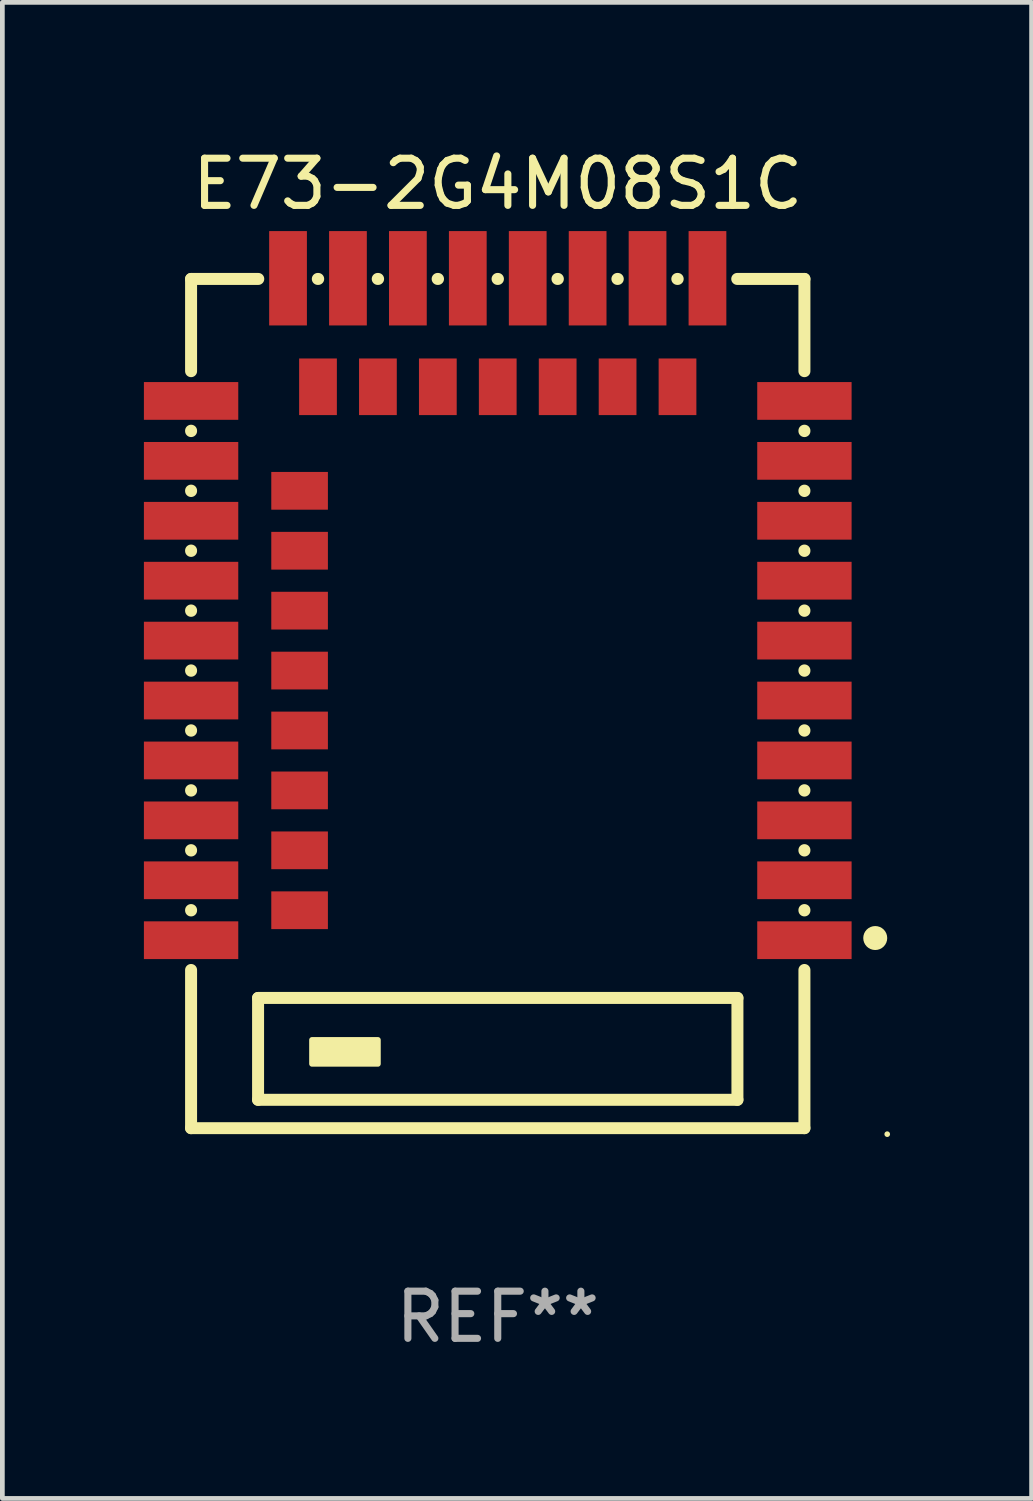
<source format=kicad_pcb>
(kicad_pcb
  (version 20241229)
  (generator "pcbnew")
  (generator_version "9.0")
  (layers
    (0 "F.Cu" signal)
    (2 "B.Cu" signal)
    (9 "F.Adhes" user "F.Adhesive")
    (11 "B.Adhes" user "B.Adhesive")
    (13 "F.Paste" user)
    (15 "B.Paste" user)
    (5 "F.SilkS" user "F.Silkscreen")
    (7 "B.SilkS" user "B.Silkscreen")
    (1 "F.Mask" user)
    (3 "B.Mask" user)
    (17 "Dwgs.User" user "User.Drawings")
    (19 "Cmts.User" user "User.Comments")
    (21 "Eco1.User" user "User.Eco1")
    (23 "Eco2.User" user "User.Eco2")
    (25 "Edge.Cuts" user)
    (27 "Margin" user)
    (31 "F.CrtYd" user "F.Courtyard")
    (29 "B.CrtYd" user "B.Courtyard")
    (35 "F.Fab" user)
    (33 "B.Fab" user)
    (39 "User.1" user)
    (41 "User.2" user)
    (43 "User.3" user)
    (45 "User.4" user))
  (footprint "E73-2G4M08S1C"
    (layer "F.Cu")
    (at 7.5 11.855)
    (property "Reference" "E73-2G4M08S1C" (at 0 -11.007 0) (layer "F.SilkS") (effects (font (size 1 1) (thickness 0.15))))
    (attr through_hole)
    (fp_line (start -6.5 -8.993) (end -6.5 -7.038) (stroke (width 0.254) (type solid)) (layer "F.SilkS"))
    (fp_line (start -6.5 -8.993) (end -5.076 -8.993) (stroke (width 0.254) (type solid)) (layer "F.SilkS"))
    (fp_line (start -6.5 -5.776) (end -6.5 -5.768) (stroke (width 0.254) (type solid)) (layer "F.SilkS"))
    (fp_line (start -6.5 -4.506) (end -6.5 -4.498) (stroke (width 0.254) (type solid)) (layer "F.SilkS"))
    (fp_line (start -6.5 -3.236) (end -6.5 -3.228) (stroke (width 0.254) (type solid)) (layer "F.SilkS"))
    (fp_line (start -6.5 -1.966) (end -6.5 -1.958) (stroke (width 0.254) (type solid)) (layer "F.SilkS"))
    (fp_line (start -6.5 -0.696) (end -6.5 -0.688) (stroke (width 0.254) (type solid)) (layer "F.SilkS"))
    (fp_line (start -6.5 0.574) (end -6.5 0.582) (stroke (width 0.254) (type solid)) (layer "F.SilkS"))
    (fp_line (start -6.5 1.844) (end -6.5 1.852) (stroke (width 0.254) (type solid)) (layer "F.SilkS"))
    (fp_line (start -6.5 3.114) (end -6.5 3.122) (stroke (width 0.254) (type solid)) (layer "F.SilkS"))
    (fp_line (start -6.5 4.384) (end -6.5 4.392) (stroke (width 0.254) (type solid)) (layer "F.SilkS"))
    (fp_line (start -6.5 5.654) (end -6.5 9.007) (stroke (width 0.254) (type solid)) (layer "F.SilkS"))
    (fp_line (start -5.08 6.247) (end 5.08 6.247) (stroke (width 0.254) (type solid)) (layer "F.SilkS"))
    (fp_line (start -5.08 8.406) (end -5.08 6.247) (stroke (width 0.254) (type solid)) (layer "F.SilkS"))
    (fp_line (start -3.814 -8.993) (end -3.806 -8.993) (stroke (width 0.254) (type solid)) (layer "F.SilkS"))
    (fp_line (start -2.544 -8.993) (end -2.536 -8.993) (stroke (width 0.254) (type solid)) (layer "F.SilkS"))
    (fp_line (start -1.274 -8.993) (end -1.266 -8.993) (stroke (width 0.254) (type solid)) (layer "F.SilkS"))
    (fp_line (start -0.004 -8.993) (end 0.004 -8.993) (stroke (width 0.254) (type solid)) (layer "F.SilkS"))
    (fp_line (start 1.266 -8.993) (end 1.274 -8.993) (stroke (width 0.254) (type solid)) (layer "F.SilkS"))
    (fp_line (start 2.536 -8.993) (end 2.544 -8.993) (stroke (width 0.254) (type solid)) (layer "F.SilkS"))
    (fp_line (start 3.806 -8.993) (end 3.814 -8.993) (stroke (width 0.254) (type solid)) (layer "F.SilkS"))
    (fp_line (start 5.076 -8.993) (end 6.5 -8.993) (stroke (width 0.254) (type solid)) (layer "F.SilkS"))
    (fp_line (start 5.08 6.247) (end 5.08 8.406) (stroke (width 0.254) (type solid)) (layer "F.SilkS"))
    (fp_line (start 5.08 8.406) (end -5.08 8.406) (stroke (width 0.254) (type solid)) (layer "F.SilkS"))
    (fp_line (start 6.5 -8.993) (end 6.5 -7.038) (stroke (width 0.254) (type solid)) (layer "F.SilkS"))
    (fp_line (start 6.5 -5.776) (end 6.5 -5.768) (stroke (width 0.254) (type solid)) (layer "F.SilkS"))
    (fp_line (start 6.5 -4.506) (end 6.5 -4.498) (stroke (width 0.254) (type solid)) (layer "F.SilkS"))
    (fp_line (start 6.5 -3.236) (end 6.5 -3.228) (stroke (width 0.254) (type solid)) (layer "F.SilkS"))
    (fp_line (start 6.5 -1.966) (end 6.5 -1.958) (stroke (width 0.254) (type solid)) (layer "F.SilkS"))
    (fp_line (start 6.5 -0.696) (end 6.5 -0.688) (stroke (width 0.254) (type solid)) (layer "F.SilkS"))
    (fp_line (start 6.5 0.574) (end 6.5 0.582) (stroke (width 0.254) (type solid)) (layer "F.SilkS"))
    (fp_line (start 6.5 1.844) (end 6.5 1.852) (stroke (width 0.254) (type solid)) (layer "F.SilkS"))
    (fp_line (start 6.5 3.114) (end 6.5 3.122) (stroke (width 0.254) (type solid)) (layer "F.SilkS"))
    (fp_line (start 6.5 4.384) (end 6.5 4.392) (stroke (width 0.254) (type solid)) (layer "F.SilkS"))
    (fp_line (start 6.5 5.654) (end 6.5 9.007) (stroke (width 0.254) (type solid)) (layer "F.SilkS"))
    (fp_line (start 6.5 9.007) (end -6.5 9.007) (stroke (width 0.254) (type solid)) (layer "F.SilkS"))
    (fp_circle (center 8.001 4.977) (end 8.128 4.977) (stroke (width 0.254) (type solid)) (fill no) (layer "F.SilkS"))
    (fp_circle (center 8.255 9.134) (end 8.285 9.134) (stroke (width 0.06) (type solid)) (fill no) (layer "F.SilkS"))
    (fp_poly (pts (xy -3.937 7.136) (xy -2.54 7.136) (xy -2.54 7.644) (xy -3.937 7.644)) (stroke (width 0.12) (type solid)) (fill yes) (layer "F.SilkS"))
    (fp_text user "REF**" (at 0 13.007 0) (layer "F.Fab") (effects (font (size 1 1) (thickness 0.15))))
    (pad "1" smd rect (at 6.5 5.023 180) (size 2 0.8) (layers "F.Cu" "F.Mask" "F.Paste"))
    (pad "2" smd rect (at 6.5 3.753 180) (size 2 0.8) (layers "F.Cu" "F.Mask" "F.Paste"))
    (pad "3" smd rect (at 6.5 2.483 180) (size 2 0.8) (layers "F.Cu" "F.Mask" "F.Paste"))
    (pad "4" smd rect (at 6.5 1.213 180) (size 2 0.8) (layers "F.Cu" "F.Mask" "F.Paste"))
    (pad "5" smd rect (at 6.5 -0.057 180) (size 2 0.8) (layers "F.Cu" "F.Mask" "F.Paste"))
    (pad "6" smd rect (at 6.5 -1.327 180) (size 2 0.8) (layers "F.Cu" "F.Mask" "F.Paste"))
    (pad "7" smd rect (at 6.5 -2.597 180) (size 2 0.8) (layers "F.Cu" "F.Mask" "F.Paste"))
    (pad "8" smd rect (at 6.5 -3.867 180) (size 2 0.8) (layers "F.Cu" "F.Mask" "F.Paste"))
    (pad "9" smd rect (at 6.5 -5.137 180) (size 2 0.8) (layers "F.Cu" "F.Mask" "F.Paste"))
    (pad "10" smd rect (at 6.5 -6.407 180) (size 2 0.8) (layers "F.Cu" "F.Mask" "F.Paste"))
    (pad "11" smd rect (at 4.445 -9.007 270) (size 2 0.8) (layers "F.Cu" "F.Mask" "F.Paste"))
    (pad "12" smd rect (at 3.81 -6.707 270) (size 1.2 0.8) (layers "F.Cu" "F.Mask" "F.Paste"))
    (pad "13" smd rect (at 3.175 -9.007 270) (size 2 0.8) (layers "F.Cu" "F.Mask" "F.Paste"))
    (pad "14" smd rect (at 2.54 -6.707 270) (size 1.2 0.8) (layers "F.Cu" "F.Mask" "F.Paste"))
    (pad "15" smd rect (at 1.905 -9.007 270) (size 2 0.8) (layers "F.Cu" "F.Mask" "F.Paste"))
    (pad "16" smd rect (at 1.27 -6.707 270) (size 1.2 0.8) (layers "F.Cu" "F.Mask" "F.Paste"))
    (pad "17" smd rect (at 0.635 -9.007 270) (size 2 0.8) (layers "F.Cu" "F.Mask" "F.Paste"))
    (pad "18" smd rect (at -0.000305 -6.707 270) (size 1.2 0.8) (layers "F.Cu" "F.Mask" "F.Paste"))
    (pad "19" smd rect (at -0.635 -9.007 270) (size 2 0.8) (layers "F.Cu" "F.Mask" "F.Paste"))
    (pad "20" smd rect (at -1.27 -6.707 270) (size 1.2 0.8) (layers "F.Cu" "F.Mask" "F.Paste"))
    (pad "21" smd rect (at -1.905 -9.007 270) (size 2 0.8) (layers "F.Cu" "F.Mask" "F.Paste"))
    (pad "22" smd rect (at -2.54 -6.707 270) (size 1.2 0.8) (layers "F.Cu" "F.Mask" "F.Paste"))
    (pad "23" smd rect (at -3.175 -9.007 270) (size 2 0.8) (layers "F.Cu" "F.Mask" "F.Paste"))
    (pad "24" smd rect (at -3.81 -6.707 270) (size 1.2 0.8) (layers "F.Cu" "F.Mask" "F.Paste"))
    (pad "25" smd rect (at -4.445 -9.007 270) (size 2 0.8) (layers "F.Cu" "F.Mask" "F.Paste"))
    (pad "26" smd rect (at -6.5 -6.407) (size 2 0.8) (layers "F.Cu" "F.Mask" "F.Paste"))
    (pad "27" smd rect (at -6.5 -5.137) (size 2 0.8) (layers "F.Cu" "F.Mask" "F.Paste"))
    (pad "28" smd rect (at -4.2 -4.502 180) (size 1.2 0.8) (layers "F.Cu" "F.Mask" "F.Paste"))
    (pad "29" smd rect (at -6.5 -3.867) (size 2 0.8) (layers "F.Cu" "F.Mask" "F.Paste"))
    (pad "30" smd rect (at -4.2 -3.232 180) (size 1.2 0.8) (layers "F.Cu" "F.Mask" "F.Paste"))
    (pad "31" smd rect (at -6.5 -2.597) (size 2 0.8) (layers "F.Cu" "F.Mask" "F.Paste"))
    (pad "32" smd rect (at -4.2 -1.962 180) (size 1.2 0.8) (layers "F.Cu" "F.Mask" "F.Paste"))
    (pad "33" smd rect (at -6.5 -1.327) (size 2 0.8) (layers "F.Cu" "F.Mask" "F.Paste"))
    (pad "34" smd rect (at -4.2 -0.692 180) (size 1.2 0.8) (layers "F.Cu" "F.Mask" "F.Paste"))
    (pad "35" smd rect (at -6.5 -0.057) (size 2 0.8) (layers "F.Cu" "F.Mask" "F.Paste"))
    (pad "36" smd rect (at -4.2 0.578 180) (size 1.2 0.8) (layers "F.Cu" "F.Mask" "F.Paste"))
    (pad "37" smd rect (at -6.5 1.213) (size 2 0.8) (layers "F.Cu" "F.Mask" "F.Paste"))
    (pad "38" smd rect (at -4.2 1.848 180) (size 1.2 0.8) (layers "F.Cu" "F.Mask" "F.Paste"))
    (pad "39" smd rect (at -6.5 2.483) (size 2 0.8) (layers "F.Cu" "F.Mask" "F.Paste"))
    (pad "40" smd rect (at -4.2 3.118 180) (size 1.2 0.8) (layers "F.Cu" "F.Mask" "F.Paste"))
    (pad "41" smd rect (at -6.5 3.753) (size 2 0.8) (layers "F.Cu" "F.Mask" "F.Paste"))
    (pad "42" smd rect (at -4.2 4.388 180) (size 1.2 0.8) (layers "F.Cu" "F.Mask" "F.Paste"))
    (pad "43" smd rect (at -6.5 5.023) (size 2 0.8) (layers "F.Cu" "F.Mask" "F.Paste")))
  (gr_rect
    (start -3 -3)
    (end 18.815 28.71)
    (stroke (width 0.1) (type default))
    (fill no)
    (layer "Edge.Cuts")))
</source>
